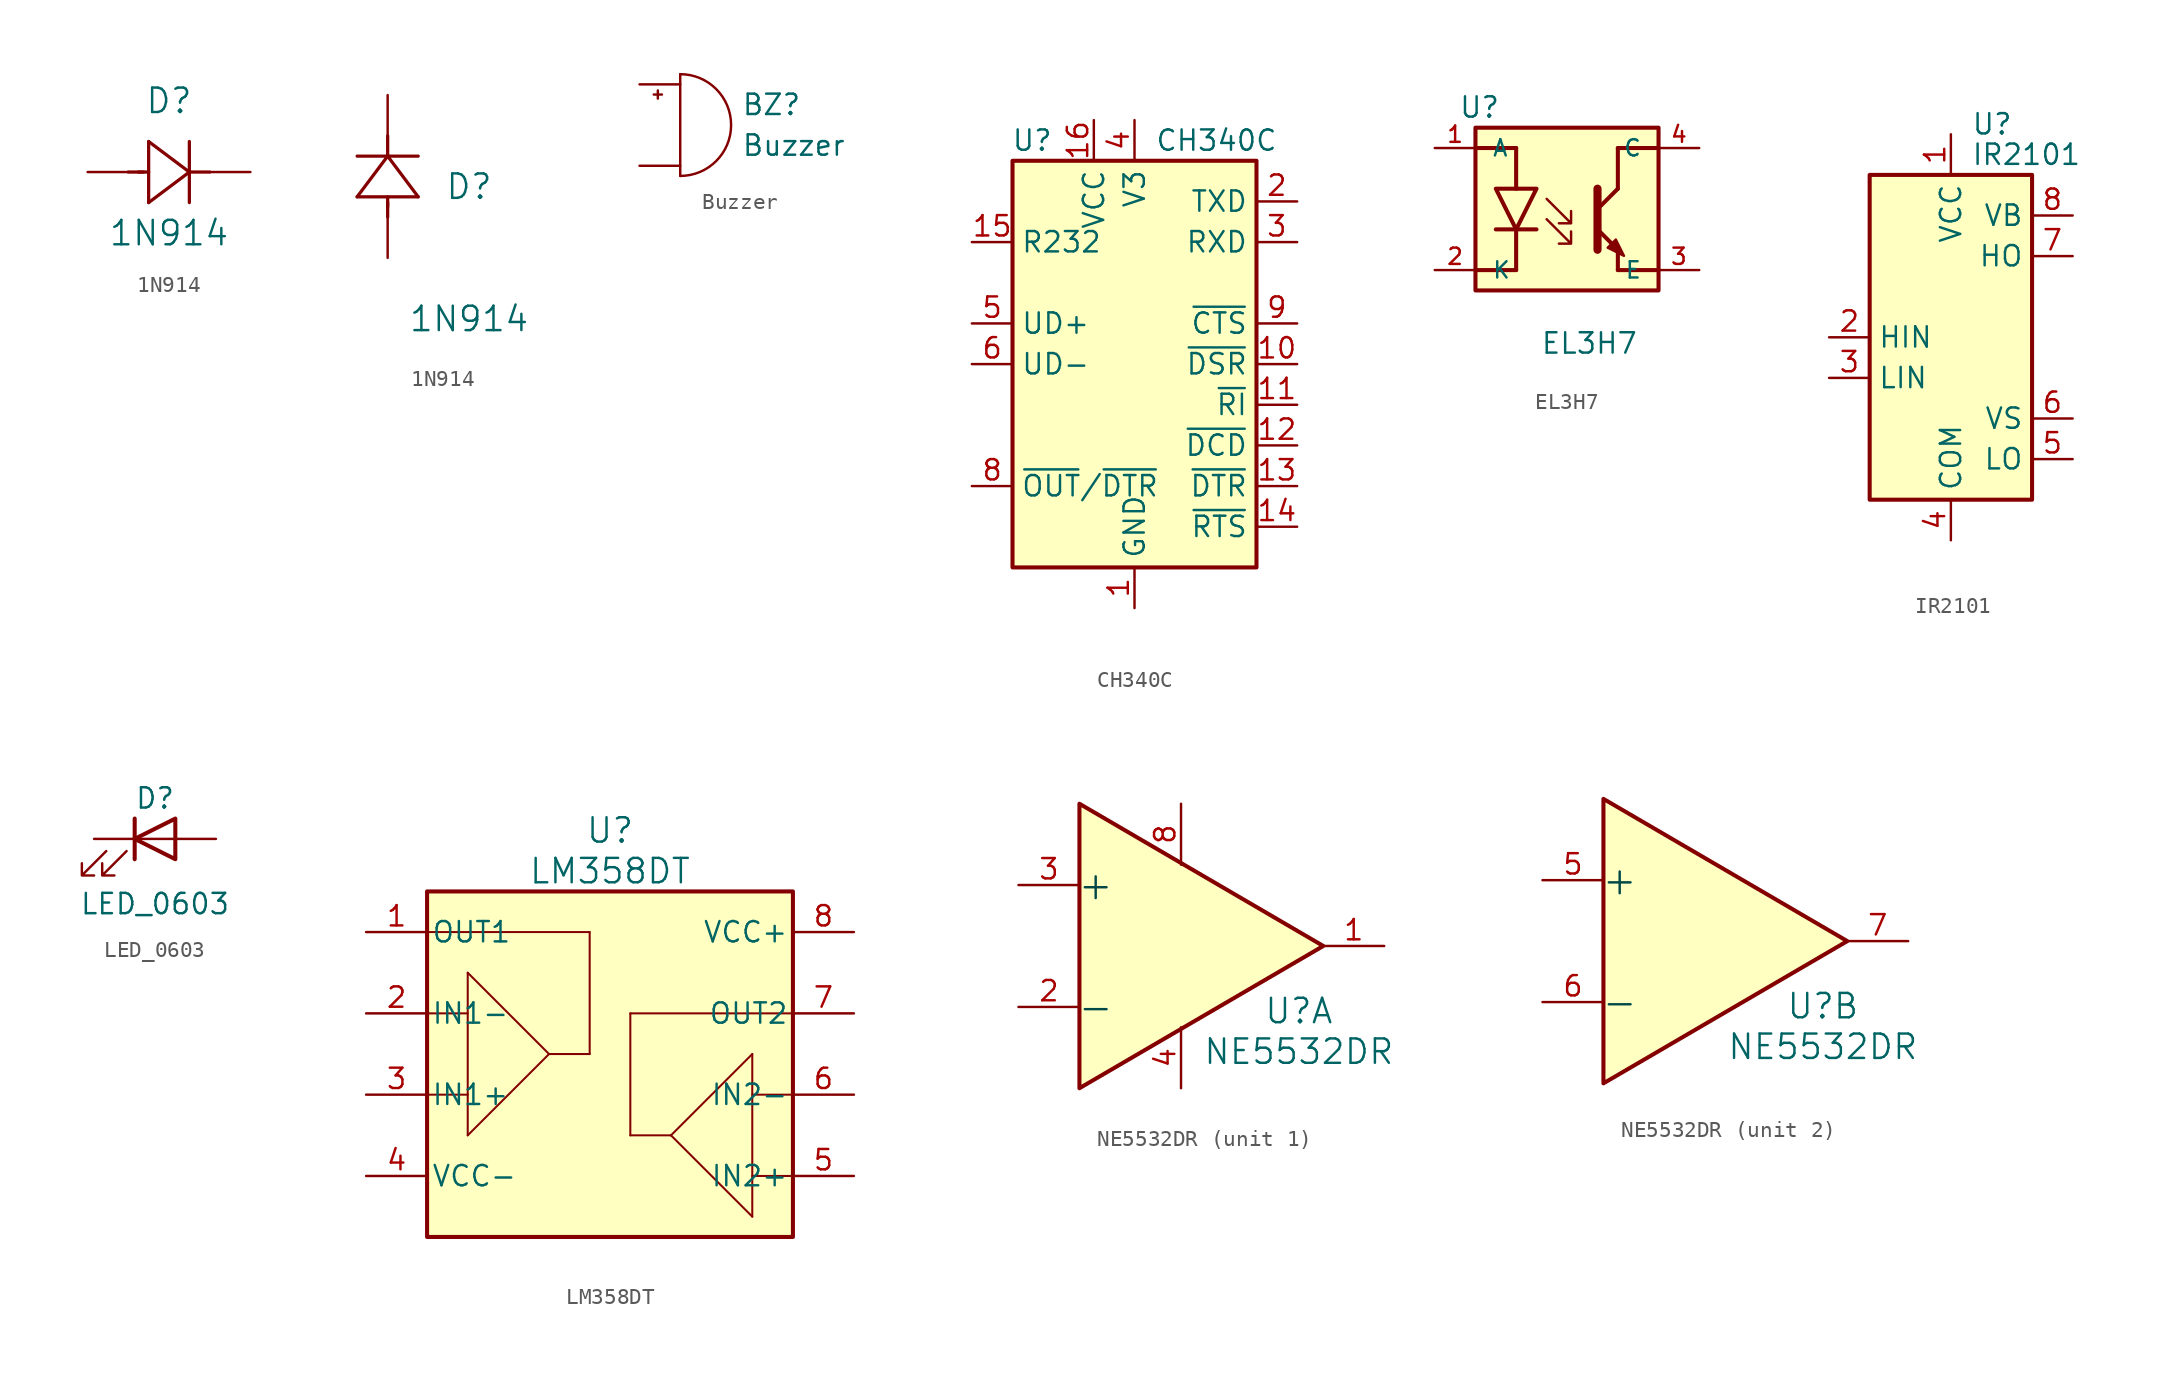
<source format=kicad_sym>
(kicad_symbol_lib
  (version 20231120)
  (generator "kicad_symbol_editor")
  (generator_version "8.0")
  (symbol "1N914"
    (pin_numbers hide)
    (pin_names
      (offset 0.254) hide)
    (property "Reference" "D"
      (at 5.08 4.445 0)
      (effects (font (size 1.524 1.524))))
    (property "Value" "1N914"
      (at 5.08 -3.81 0)
      (effects (font (size 1.524 1.524))))
    (symbol "1N914_1_1"
      (polyline (pts (xy 2.54 0) (xy 3.48 0)) (stroke (width 0.203) (type default)) (fill (type none)))
      (polyline (pts (xy 3.175 0) (xy 3.81 0)) (stroke (width 0.203) (type default)) (fill (type none)))
      (polyline (pts (xy 3.81 -1.905) (xy 6.35 0)) (stroke (width 0.203) (type default)) (fill (type none)))
      (polyline (pts (xy 3.81 1.905) (xy 3.81 -1.905)) (stroke (width 0.203) (type default)) (fill (type none)))
      (polyline (pts (xy 6.35 -1.905) (xy 6.35 1.905)) (stroke (width 0.203) (type default)) (fill (type none)))
      (polyline (pts (xy 6.35 0) (xy 3.81 1.905)) (stroke (width 0.203) (type default)) (fill (type none)))
      (polyline (pts (xy 6.35 0) (xy 7.62 0)) (stroke (width 0.203) (type default)) (fill (type none)))
      (pin unspecified line (at 0 0 0) (length 2.54) (name "" (effects (font (size 1.27 1.27)))) (number "1" (effects (font (size 1.27 1.27)))))
      (pin unspecified line (at 10.16 0 180) (length 2.54) (name "" (effects (font (size 1.27 1.27)))) (number "2" (effects (font (size 1.27 1.27))))))
    (symbol "1N914_1_2"
      (polyline (pts (xy -1.905 3.81) (xy 1.905 3.81)) (stroke (width 0.203) (type default)) (fill (type none)))
      (polyline (pts (xy 0 2.54) (xy 0 3.48)) (stroke (width 0.203) (type default)) (fill (type none)))
      (polyline (pts (xy 0 3.175) (xy 0 3.81)) (stroke (width 0.203) (type default)) (fill (type none)))
      (polyline (pts (xy 0 6.35) (xy -1.905 3.81)) (stroke (width 0.203) (type default)) (fill (type none)))
      (polyline (pts (xy 0 6.35) (xy 0 7.62)) (stroke (width 0.203) (type default)) (fill (type none)))
      (polyline (pts (xy 1.905 3.81) (xy 0 6.35)) (stroke (width 0.203) (type default)) (fill (type none)))
      (polyline (pts (xy 1.905 6.35) (xy -1.905 6.35)) (stroke (width 0.203) (type default)) (fill (type none)))
      (pin unspecified line (at 0 10.16 270) (length 2.54) (name "" (effects (font (size 1.27 1.27)))) (number "1" (effects (font (size 1.27 1.27)))))
      (pin unspecified line (at 0 0 90) (length 2.54) (name "" (effects (font (size 1.27 1.27)))) (number "2" (effects (font (size 1.27 1.27)))))))
  (symbol "Buzzer"
    (pin_numbers hide)
    (pin_names
      (offset 0.025) hide)
    (property "Reference" "BZ"
      (at 3.81 1.27 0)
      (effects (font (size 1.27 1.27)) (justify left)))
    (property "Value" "Buzzer"
      (at 3.81 -1.27 0)
      (effects (font (size 1.27 1.27)) (justify left)))
    (symbol "Buzzer_0_1"
      (arc (start 0 -3.175) (mid 3.1612 0) (end 0 3.175) (stroke (width 0) (type default)) (fill (type none)))
      (polyline (pts (xy -1.651 1.905) (xy -1.143 1.905)) (stroke (width 0) (type default)) (fill (type none)))
      (polyline (pts (xy -1.397 2.159) (xy -1.397 1.651)) (stroke (width 0) (type default)) (fill (type none)))
      (polyline (pts (xy 0 3.175) (xy 0 -3.175)) (stroke (width 0) (type default)) (fill (type none))))
    (symbol "Buzzer_1_1"
      (pin passive line (at -2.54 2.54 0) (length 2.54) (name "+" (effects (font (size 1.27 1.27)))) (number "1" (effects (font (size 1.27 1.27)))))
      (pin passive line (at -2.54 -2.54 0) (length 2.54) (name "-" (effects (font (size 1.27 1.27)))) (number "2" (effects (font (size 1.27 1.27)))))))
  (symbol "CH340C"
    (property "Reference" "U"
      (at -5.08 13.97 0)
      (effects (font (size 1.27 1.27)) (justify right)))
    (property "Value" "CH340C"
      (at 1.27 13.97 0)
      (effects (font (size 1.27 1.27)) (justify left)))
    (symbol "CH340C_0_1"
      (rectangle (start -7.62 12.7) (end 7.62 -12.7) (stroke (width 0.254) (type default)) (fill (type background))))
    (symbol "CH340C_1_1"
      (pin power_in line (at 0 -15.24 90) (length 2.54) (name "GND" (effects (font (size 1.27 1.27)))) (number "1" (effects (font (size 1.27 1.27)))))
      (pin input line (at 10.16 0 180) (length 2.54) (name "~{DSR}" (effects (font (size 1.27 1.27)))) (number "10" (effects (font (size 1.27 1.27)))))
      (pin input line (at 10.16 -2.54 180) (length 2.54) (name "~{RI}" (effects (font (size 1.27 1.27)))) (number "11" (effects (font (size 1.27 1.27)))))
      (pin input line (at 10.16 -5.08 180) (length 2.54) (name "~{DCD}" (effects (font (size 1.27 1.27)))) (number "12" (effects (font (size 1.27 1.27)))))
      (pin output line (at 10.16 -7.62 180) (length 2.54) (name "~{DTR}" (effects (font (size 1.27 1.27)))) (number "13" (effects (font (size 1.27 1.27)))))
      (pin output line (at 10.16 -10.16 180) (length 2.54) (name "~{RTS}" (effects (font (size 1.27 1.27)))) (number "14" (effects (font (size 1.27 1.27)))))
      (pin input line (at -10.16 7.62 0) (length 2.54) (name "R232" (effects (font (size 1.27 1.27)))) (number "15" (effects (font (size 1.27 1.27)))))
      (pin power_in line (at -2.54 15.24 270) (length 2.54) (name "VCC" (effects (font (size 1.27 1.27)))) (number "16" (effects (font (size 1.27 1.27)))))
      (pin output line (at 10.16 10.16 180) (length 2.54) (name "TXD" (effects (font (size 1.27 1.27)))) (number "2" (effects (font (size 1.27 1.27)))))
      (pin input line (at 10.16 7.62 180) (length 2.54) (name "RXD" (effects (font (size 1.27 1.27)))) (number "3" (effects (font (size 1.27 1.27)))))
      (pin power_out line (at 0 15.24 270) (length 2.54) (name "V3" (effects (font (size 1.27 1.27)))) (number "4" (effects (font (size 1.27 1.27)))))
      (pin bidirectional line (at -10.16 2.54 0) (length 2.54) (name "UD+" (effects (font (size 1.27 1.27)))) (number "5" (effects (font (size 1.27 1.27)))))
      (pin bidirectional line (at -10.16 0 0) (length 2.54) (name "UD-" (effects (font (size 1.27 1.27)))) (number "6" (effects (font (size 1.27 1.27)))))
      (pin no_connect line (at -7.62 -5.08 0) (length 2.54) hide (name "NC" (effects (font (size 1.27 1.27)))) (number "7" (effects (font (size 1.27 1.27)))))
      (pin output line (at -10.16 -7.62 0) (length 2.54) (name "~{OUT}/~{DTR}" (effects (font (size 1.27 1.27)))) (number "8" (effects (font (size 1.27 1.27)))))
      (pin input line (at 10.16 2.54 180) (length 2.54) (name "~{CTS}" (effects (font (size 1.27 1.27)))) (number "9" (effects (font (size 1.27 1.27)))))))
  (symbol "EL3H7"
    (pin_names
      (offset 1.016))
    (property "Reference" "U"
      (at 0.254 11.43 0)
      (effects (font (size 1.27 1.27))))
    (property "Value" "EL3H7"
      (at 7.112 -3.302 0)
      (effects (font (size 1.27 1.27))))
    (symbol "EL3H7_0_0"
      (polyline (pts (xy 0 8.89) (xy 2.54 8.89)) (stroke (width 0.254) (type default)) (fill (type none)))
      (polyline (pts (xy 2.54 1.27) (xy 0 1.27)) (stroke (width 0.254) (type default)) (fill (type none)))
      (polyline (pts (xy 2.54 3.81) (xy 2.54 1.27)) (stroke (width 0.254) (type default)) (fill (type none)))
      (polyline (pts (xy 2.54 8.89) (xy 2.54 6.35)) (stroke (width 0.254) (type default)) (fill (type none)))
      (polyline (pts (xy 8.89 1.27) (xy 11.43 1.27)) (stroke (width 0.254) (type default)) (fill (type none)))
      (polyline (pts (xy 8.89 2.54) (xy 8.89 1.27)) (stroke (width 0.254) (type default)) (fill (type none)))
      (polyline (pts (xy 8.89 8.89) (xy 8.89 6.35)) (stroke (width 0.254) (type default)) (fill (type none)))
      (polyline (pts (xy 11.43 8.89) (xy 8.89 8.89)) (stroke (width 0.254) (type default)) (fill (type none)))
      (rectangle (start 0 10.16) (end 11.43 0) (stroke (width 0.254) (type default)) (fill (type background)))
      (pin passive line (at -2.54 8.89 0) (length 2.54) (name "A" (effects (font (size 1.016 1.016)))) (number "1" (effects (font (size 1.016 1.016)))))
      (pin passive line (at -2.54 1.27 0) (length 2.54) (name "K" (effects (font (size 1.016 1.016)))) (number "2" (effects (font (size 1.016 1.016))))))
    (symbol "EL3H7_0_1"
      (polyline (pts (xy 3.81 3.81) (xy 1.27 3.81)) (stroke (width 0.254) (type default)) (fill (type none)))
      (polyline (pts (xy 7.62 6.35) (xy 7.62 2.54) (xy 7.62 2.54)) (stroke (width 0.508) (type default)) (fill (type none)))
      (polyline (pts (xy 3.81 6.35) (xy 1.27 6.35) (xy 2.54 3.81) (xy 3.81 6.35)) (stroke (width 0.254) (type default)) (fill (type none)))
      (polyline (pts (xy 4.445 4.445) (xy 5.969 2.921) (xy 5.969 3.683) (xy 5.969 2.921) (xy 5.207 2.921)) (stroke (width 0) (type default)) (fill (type none)))
      (polyline (pts (xy 4.445 5.715) (xy 5.969 4.191) (xy 5.969 4.953) (xy 5.969 4.191) (xy 5.207 4.191)) (stroke (width 0) (type default)) (fill (type none)))
      (polyline (pts (xy 8.255 2.667) (xy 8.763 3.175) (xy 9.271 2.159) (xy 8.255 2.667) (xy 8.255 2.667)) (stroke (width 0) (type default)) (fill (type outline))))
    (symbol "EL3H7_1_0"
      (pin passive line (at 13.97 1.27 180) (length 2.54) (name "E" (effects (font (size 1.016 1.016)))) (number "3" (effects (font (size 1.016 1.016)))))
      (pin passive line (at 13.97 8.89 180) (length 2.54) (name "C" (effects (font (size 1.016 1.016)))) (number "4" (effects (font (size 1.016 1.016))))))
    (symbol "EL3H7_1_1"
      (polyline (pts (xy 7.62 5.08) (xy 8.89 6.35)) (stroke (width 0.254) (type default)) (fill (type none)))
      (polyline (pts (xy 7.62 3.81) (xy 8.89 2.54) (xy 8.89 2.54)) (stroke (width 0.254) (type default)) (fill (type none)))))
  (symbol "IR2101"
    (property "Reference" "U"
      (at 6.35 23.495 0)
      (effects (font (size 1.27 1.27)) (justify left)))
    (property "Value" "IR2101"
      (at 6.35 21.59 0)
      (effects (font (size 1.27 1.27)) (justify left)))
    (symbol "IR2101_0_1"
      (rectangle (start 0 0) (end 10.16 20.32) (stroke (width 0.254) (type default)) (fill (type background))))
    (symbol "IR2101_1_1"
      (pin power_in line (at 5.08 22.86 270) (length 2.54) (name "VCC" (effects (font (size 1.27 1.27)))) (number "1" (effects (font (size 1.27 1.27)))))
      (pin input line (at -2.54 10.16 0) (length 2.54) (name "HIN" (effects (font (size 1.27 1.27)))) (number "2" (effects (font (size 1.27 1.27)))))
      (pin input line (at -2.54 7.62 0) (length 2.54) (name "LIN" (effects (font (size 1.27 1.27)))) (number "3" (effects (font (size 1.27 1.27)))))
      (pin power_in line (at 5.08 -2.54 90) (length 2.54) (name "COM" (effects (font (size 1.27 1.27)))) (number "4" (effects (font (size 1.27 1.27)))))
      (pin output line (at 12.7 2.54 180) (length 2.54) (name "LO" (effects (font (size 1.27 1.27)))) (number "5" (effects (font (size 1.27 1.27)))))
      (pin passive line (at 12.7 5.08 180) (length 2.54) (name "VS" (effects (font (size 1.27 1.27)))) (number "6" (effects (font (size 1.27 1.27)))))
      (pin output line (at 12.7 15.24 180) (length 2.54) (name "HO" (effects (font (size 1.27 1.27)))) (number "7" (effects (font (size 1.27 1.27)))))
      (pin passive line (at 12.7 17.78 180) (length 2.54) (name "VB" (effects (font (size 1.27 1.27)))) (number "8" (effects (font (size 1.27 1.27)))))))
  (symbol "LED_0603"
    (pin_numbers hide)
    (pin_names
      (offset 1.016) hide)
    (property "Reference" "D"
      (at 0 2.54 0)
      (effects (font (size 1.27 1.27))))
    (property "Value" "LED_0603"
      (at 0 -4.064 0)
      (effects (font (size 1.27 1.27))))
    (symbol "LED_0603_0_1"
      (polyline (pts (xy -1.27 -1.27) (xy -1.27 1.27)) (stroke (width 0.254) (type default)) (fill (type none)))
      (polyline (pts (xy -1.27 0) (xy 1.27 0)) (stroke (width 0) (type default)) (fill (type none)))
      (polyline (pts (xy 1.27 -1.27) (xy 1.27 1.27) (xy -1.27 0) (xy 1.27 -1.27)) (stroke (width 0.254) (type default)) (fill (type none)))
      (polyline (pts (xy -3.048 -0.762) (xy -4.572 -2.286) (xy -3.81 -2.286) (xy -4.572 -2.286) (xy -4.572 -1.524)) (stroke (width 0) (type default)) (fill (type none)))
      (polyline (pts (xy -1.778 -0.762) (xy -3.302 -2.286) (xy -2.54 -2.286) (xy -3.302 -2.286) (xy -3.302 -1.524)) (stroke (width 0) (type default)) (fill (type none))))
    (symbol "LED_0603_1_1"
      (pin passive line (at -3.81 0 0) (length 2.54) (name "K" (effects (font (size 1.27 1.27)))) (number "1" (effects (font (size 1.27 1.27)))))
      (pin passive line (at 3.81 0 180) (length 2.54) (name "A" (effects (font (size 1.27 1.27)))) (number "2" (effects (font (size 1.27 1.27)))))))
  (symbol "LM358DT"
    (pin_names
      (offset 0.254))
    (property "Reference" "U"
      (at 11.43 25.4 0)
      (effects (font (size 1.524 1.524))))
    (property "Value" "LM358DT"
      (at 11.43 22.86 0)
      (effects (font (size 1.524 1.524))))
    (symbol "LM358DT_0_1"
      (polyline (pts (xy 0 19.05) (xy 10.16 19.05)) (stroke (width 0.127) (type default)) (fill (type none)))
      (polyline (pts (xy 2.54 6.35) (xy 7.62 11.43)) (stroke (width 0.127) (type default)) (fill (type none)))
      (polyline (pts (xy 2.54 8.89) (xy 0 8.89)) (stroke (width 0.127) (type default)) (fill (type none)))
      (polyline (pts (xy 2.54 13.97) (xy 0 13.97)) (stroke (width 0.127) (type default)) (fill (type none)))
      (polyline (pts (xy 2.54 16.51) (xy 2.54 6.35)) (stroke (width 0.127) (type default)) (fill (type none)))
      (polyline (pts (xy 7.62 11.43) (xy 2.54 16.51)) (stroke (width 0.127) (type default)) (fill (type none)))
      (polyline (pts (xy 10.16 11.43) (xy 7.62 11.43)) (stroke (width 0.127) (type default)) (fill (type none)))
      (polyline (pts (xy 10.16 19.05) (xy 10.16 11.43)) (stroke (width 0.127) (type default)) (fill (type none)))
      (polyline (pts (xy 12.7 6.35) (xy 12.7 13.97)) (stroke (width 0.127) (type default)) (fill (type none)))
      (polyline (pts (xy 12.7 13.97) (xy 22.86 13.97)) (stroke (width 0.127) (type default)) (fill (type none)))
      (polyline (pts (xy 15.24 6.35) (xy 12.7 6.35)) (stroke (width 0.127) (type default)) (fill (type none)))
      (polyline (pts (xy 15.24 6.35) (xy 20.32 1.27)) (stroke (width 0.127) (type default)) (fill (type none)))
      (polyline (pts (xy 20.32 1.27) (xy 20.32 11.43)) (stroke (width 0.127) (type default)) (fill (type none)))
      (polyline (pts (xy 20.32 11.43) (xy 15.24 6.35)) (stroke (width 0.127) (type default)) (fill (type none)))
      (polyline (pts (xy 22.86 3.81) (xy 20.32 3.81)) (stroke (width 0.127) (type default)) (fill (type none)))
      (polyline (pts (xy 22.86 8.89) (xy 20.32 8.89)) (stroke (width 0.127) (type default)) (fill (type none))))
    (symbol "LM358DT_1_1"
      (rectangle (start 0 21.59) (end 22.86 0) (stroke (width 0.254) (type default)) (fill (type background)))
      (pin output line (at -3.81 19.05 0) (length 3.81) (name "OUT1" (effects (font (size 1.27 1.27)))) (number "1" (effects (font (size 1.27 1.27)))))
      (pin input line (at -3.81 13.97 0) (length 3.81) (name "IN1-" (effects (font (size 1.27 1.27)))) (number "2" (effects (font (size 1.27 1.27)))))
      (pin input line (at -3.81 8.89 0) (length 3.81) (name "IN1+" (effects (font (size 1.27 1.27)))) (number "3" (effects (font (size 1.27 1.27)))))
      (pin power_in line (at -3.81 3.81 0) (length 3.81) (name "VCC-" (effects (font (size 1.27 1.27)))) (number "4" (effects (font (size 1.27 1.27)))))
      (pin input line (at 26.67 3.81 180) (length 3.81) (name "IN2+" (effects (font (size 1.27 1.27)))) (number "5" (effects (font (size 1.27 1.27)))))
      (pin input line (at 26.67 8.89 180) (length 3.81) (name "IN2-" (effects (font (size 1.27 1.27)))) (number "6" (effects (font (size 1.27 1.27)))))
      (pin output line (at 26.67 13.97 180) (length 3.81) (name "OUT2" (effects (font (size 1.27 1.27)))) (number "7" (effects (font (size 1.27 1.27)))))
      (pin power_in line (at 26.67 19.05 180) (length 3.81) (name "VCC+" (effects (font (size 1.27 1.27)))) (number "8" (effects (font (size 1.27 1.27)))))))
  (symbol "NE5532DR"
    (pin_names
      (offset 0.254) hide)
    (property "Reference" "U"
      (at 13.716 -4.064 0)
      (effects (font (size 1.524 1.524))))
    (property "Value" "NE5532DR"
      (at 13.716 -6.604 0)
      (effects (font (size 1.524 1.524))))
    (property "ki_locked" ""
      (at 0 0 0)
      (effects (font (size 1.27 1.27))))
    (symbol "NE5532DR_1_1"
      (polyline (pts (xy 0 -8.89) (xy 0 8.89) (xy 15.24 0) (xy 0 -8.89)) (stroke (width 0.254) (type default)) (fill (type background)))
      (text "+" (at 1.016 3.81 0) (effects (font (size 1.778 1.778) (color 0 72 72 1))))
      (text "-" (at 1.016 -3.81 0) (effects (font (size 1.778 1.778) (color 0 72 72 1))))
      (pin output line (at 19.05 0 180) (length 3.81) (name "1OUT" (effects (font (size 1.27 1.27)))) (number "1" (effects (font (size 1.27 1.27)))))
      (pin input line (at -3.81 -3.81 0) (length 3.81) (name "1IN-" (effects (font (size 1.27 1.27)))) (number "2" (effects (font (size 1.27 1.27)))))
      (pin input line (at -3.81 3.81 0) (length 3.81) (name "1IN+" (effects (font (size 1.27 1.27)))) (number "3" (effects (font (size 1.27 1.27)))))
      (pin power_in line (at 6.35 -8.89 90) (length 3.81) (name "-" (effects (font (size 1.27 1.27)))) (number "4" (effects (font (size 1.27 1.27)))))
      (pin power_in line (at 6.35 8.89 270) (length 3.81) (name "+" (effects (font (size 1.27 1.27)))) (number "8" (effects (font (size 1.27 1.27))))))
    (symbol "NE5532DR_2_1"
      (polyline (pts (xy 0 -8.89) (xy 0 8.89) (xy 15.24 0) (xy 0 -8.89)) (stroke (width 0.254) (type default)) (fill (type background)))
      (text "+" (at 1.016 3.81 0) (effects (font (size 1.778 1.778) (color 0 72 72 1))))
      (text "-" (at 1.016 -3.81 0) (effects (font (size 1.778 1.778) (color 0 72 72 1))))
      (pin input line (at -3.81 3.81 0) (length 3.81) (name "2IN+" (effects (font (size 1.27 1.27)))) (number "5" (effects (font (size 1.27 1.27)))))
      (pin input line (at -3.81 -3.81 0) (length 3.81) (name "2IN-" (effects (font (size 1.27 1.27)))) (number "6" (effects (font (size 1.27 1.27)))))
      (pin output line (at 19.05 0 180) (length 3.81) (name "2OUT" (effects (font (size 1.27 1.27)))) (number "7" (effects (font (size 1.27 1.27))))))))
</source>
